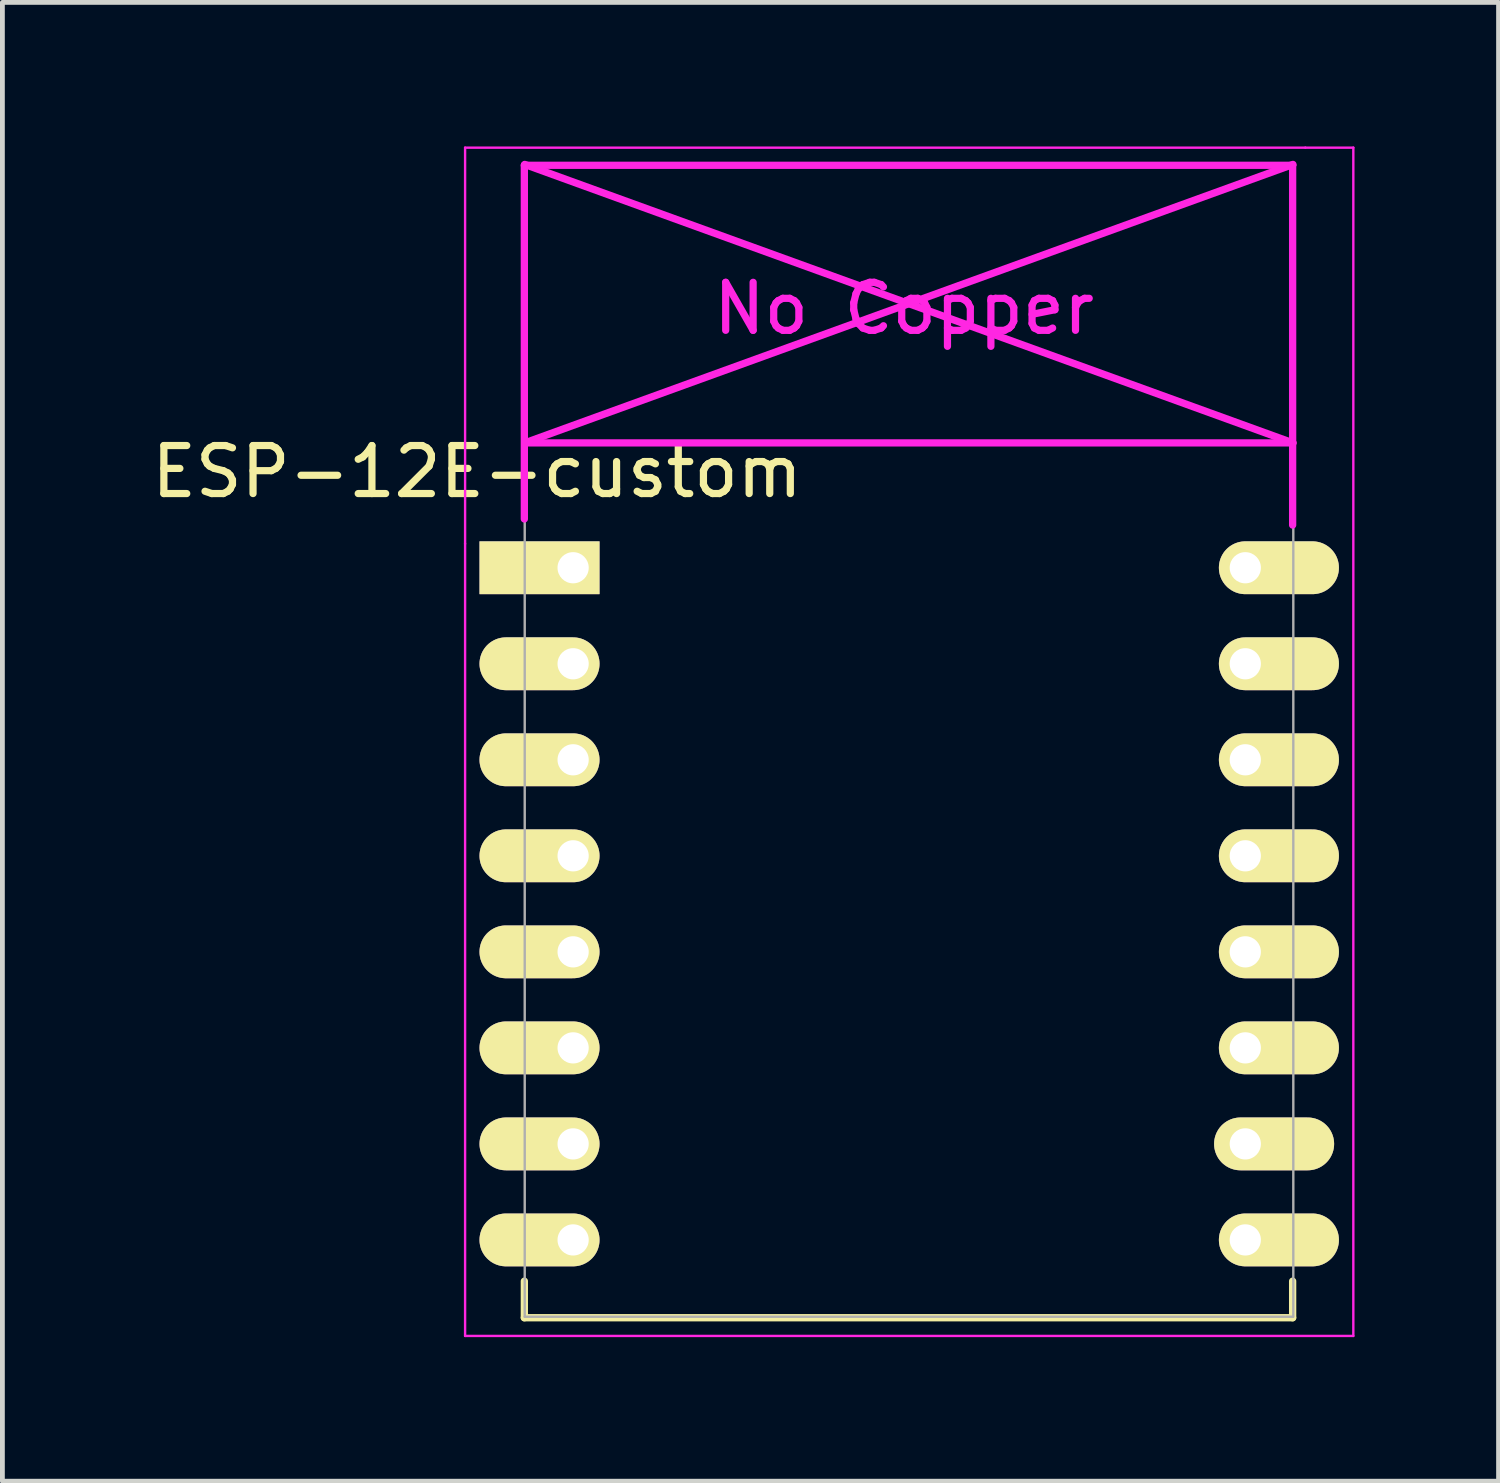
<source format=kicad_pcb>
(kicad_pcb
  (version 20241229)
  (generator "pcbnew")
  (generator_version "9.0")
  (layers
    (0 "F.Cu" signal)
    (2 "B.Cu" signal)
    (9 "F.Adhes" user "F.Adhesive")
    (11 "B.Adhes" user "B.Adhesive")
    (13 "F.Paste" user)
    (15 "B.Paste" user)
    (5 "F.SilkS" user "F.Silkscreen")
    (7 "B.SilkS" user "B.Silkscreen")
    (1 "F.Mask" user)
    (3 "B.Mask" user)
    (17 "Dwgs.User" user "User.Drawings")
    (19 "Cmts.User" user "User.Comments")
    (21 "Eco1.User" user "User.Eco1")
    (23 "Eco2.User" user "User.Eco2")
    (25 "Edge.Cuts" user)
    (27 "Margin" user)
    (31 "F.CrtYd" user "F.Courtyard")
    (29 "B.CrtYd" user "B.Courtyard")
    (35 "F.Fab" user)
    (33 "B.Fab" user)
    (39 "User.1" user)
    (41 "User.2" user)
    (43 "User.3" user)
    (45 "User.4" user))
  (footprint "ESP-12E-custom"
    (layer "F.Cu")
    (at 8.887 8.775)
    (property "Reference" "ESP-12E-custom" (at -2 -2 0) (layer "F.SilkS") (effects (font (size 1 1) (thickness 0.15))))
    (attr through_hole)
    (fp_line (start -1.016 14.859) (end -1.016 15.621) (stroke (width 0.152) (type solid)) (layer "F.SilkS"))
    (fp_line (start -1.016 15.621) (end 14.986 15.621) (stroke (width 0.152) (type solid)) (layer "F.SilkS"))
    (fp_line (start 14.986 15.621) (end 14.986 14.859) (stroke (width 0.152) (type solid)) (layer "F.SilkS"))
    (fp_line (start -2.25 -8.75) (end 15.25 -8.75) (stroke (width 0.05) (type solid)) (layer "F.CrtYd"))
    (fp_line (start -2.25 -0.5) (end -2.25 -8.75) (stroke (width 0.05) (type solid)) (layer "F.CrtYd"))
    (fp_line (start -2.25 16) (end -2.25 -0.5) (stroke (width 0.05) (type solid)) (layer "F.CrtYd"))
    (fp_line (start -1.016 -8.382) (end -1.016 -1.016) (stroke (width 0.152) (type solid)) (layer "F.CrtYd"))
    (fp_line (start -1.016 -8.382) (end 14.986 -8.382) (stroke (width 0.152) (type solid)) (layer "F.CrtYd"))
    (fp_line (start -1.008 -8.4) (end 14.992 -2.6) (stroke (width 0.152) (type solid)) (layer "F.CrtYd"))
    (fp_line (start -1.008 -2.6) (end 14.992 -2.6) (stroke (width 0.152) (type solid)) (layer "F.CrtYd"))
    (fp_line (start 14.986 -8.382) (end 14.986 -0.889) (stroke (width 0.152) (type solid)) (layer "F.CrtYd"))
    (fp_line (start 14.992 -8.4) (end -1.008 -2.6) (stroke (width 0.152) (type solid)) (layer "F.CrtYd"))
    (fp_line (start 15.25 -8.75) (end 16.25 -8.75) (stroke (width 0.05) (type solid)) (layer "F.CrtYd"))
    (fp_line (start 16.25 -8.75) (end 16.25 16) (stroke (width 0.05) (type solid)) (layer "F.CrtYd"))
    (fp_line (start 16.25 16) (end -2.25 16) (stroke (width 0.05) (type solid)) (layer "F.CrtYd"))
    (fp_line (start -1.008 -8.4) (end 14.992 -8.4) (stroke (width 0.05) (type solid)) (layer "F.Fab"))
    (fp_line (start -1.008 15.6) (end -1.008 -8.4) (stroke (width 0.05) (type solid)) (layer "F.Fab"))
    (fp_line (start 14.992 15.6) (end -1.008 15.6) (stroke (width 0.05) (type solid)) (layer "F.Fab"))
    (fp_line (start 15 -8.4) (end 15 15.6) (stroke (width 0.05) (type solid)) (layer "F.Fab"))
    (fp_text user "No Copper" (at 6.892 -5.4 0) (layer "F.CrtYd") (effects (font (size 1 1) (thickness 0.15))))
    (pad "1" thru_hole rect (at 0 0) (size 2.5 1.1) (drill 0.65 (offset -0.7 0)) (layers "*.Cu" "*.Mask" "F.SilkS"))
    (pad "2" thru_hole oval (at 0 2) (size 2.5 1.1) (drill 0.65 (offset -0.7 0)) (layers "*.Cu" "*.Mask" "F.SilkS"))
    (pad "3" thru_hole oval (at 0 4) (size 2.5 1.1) (drill 0.65 (offset -0.7 0)) (layers "*.Cu" "*.Mask" "F.SilkS"))
    (pad "4" thru_hole oval (at 0 6) (size 2.5 1.1) (drill 0.65 (offset -0.7 0)) (layers "*.Cu" "*.Mask" "F.SilkS"))
    (pad "5" thru_hole oval (at 0 8) (size 2.5 1.1) (drill 0.65 (offset -0.7 0)) (layers "*.Cu" "*.Mask" "F.SilkS"))
    (pad "6" thru_hole oval (at 0 10) (size 2.5 1.1) (drill 0.65 (offset -0.7 0)) (layers "*.Cu" "*.Mask" "F.SilkS"))
    (pad "7" thru_hole oval (at 0 12) (size 2.5 1.1) (drill 0.65 (offset -0.7 0)) (layers "*.Cu" "*.Mask" "F.SilkS"))
    (pad "8" thru_hole oval (at 0 14) (size 2.5 1.1) (drill 0.65 (offset -0.7 0)) (layers "*.Cu" "*.Mask" "F.SilkS"))
    (pad "9" thru_hole oval (at 14 14) (size 2.5 1.1) (drill 0.65 (offset 0.7 0)) (layers "*.Cu" "*.Mask" "F.SilkS"))
    (pad "10" thru_hole oval (at 14 12) (size 2.5 1.1) (drill 0.65 (offset 0.6 0)) (layers "*.Cu" "*.Mask" "F.SilkS"))
    (pad "11" thru_hole oval (at 14 10) (size 2.5 1.1) (drill 0.65 (offset 0.7 0)) (layers "*.Cu" "*.Mask" "F.SilkS"))
    (pad "12" thru_hole oval (at 14 8) (size 2.5 1.1) (drill 0.65 (offset 0.7 0)) (layers "*.Cu" "*.Mask" "F.SilkS"))
    (pad "13" thru_hole oval (at 14 6) (size 2.5 1.1) (drill 0.65 (offset 0.7 0)) (layers "*.Cu" "*.Mask" "F.SilkS"))
    (pad "14" thru_hole oval (at 14 4) (size 2.5 1.1) (drill 0.65 (offset 0.7 0)) (layers "*.Cu" "*.Mask" "F.SilkS"))
    (pad "15" thru_hole oval (at 14 2) (size 2.5 1.1) (drill 0.65 (offset 0.7 0)) (layers "*.Cu" "*.Mask" "F.SilkS"))
    (pad "16" thru_hole oval (at 14 0) (size 2.5 1.1) (drill 0.65 (offset 0.7 0)) (layers "*.Cu" "*.Mask" "F.SilkS")))
  (gr_rect
    (start -3 -3)
    (end 28.162 27.8)
    (stroke (width 0.1) (type default))
    (fill no)
    (layer "Edge.Cuts")))
</source>
